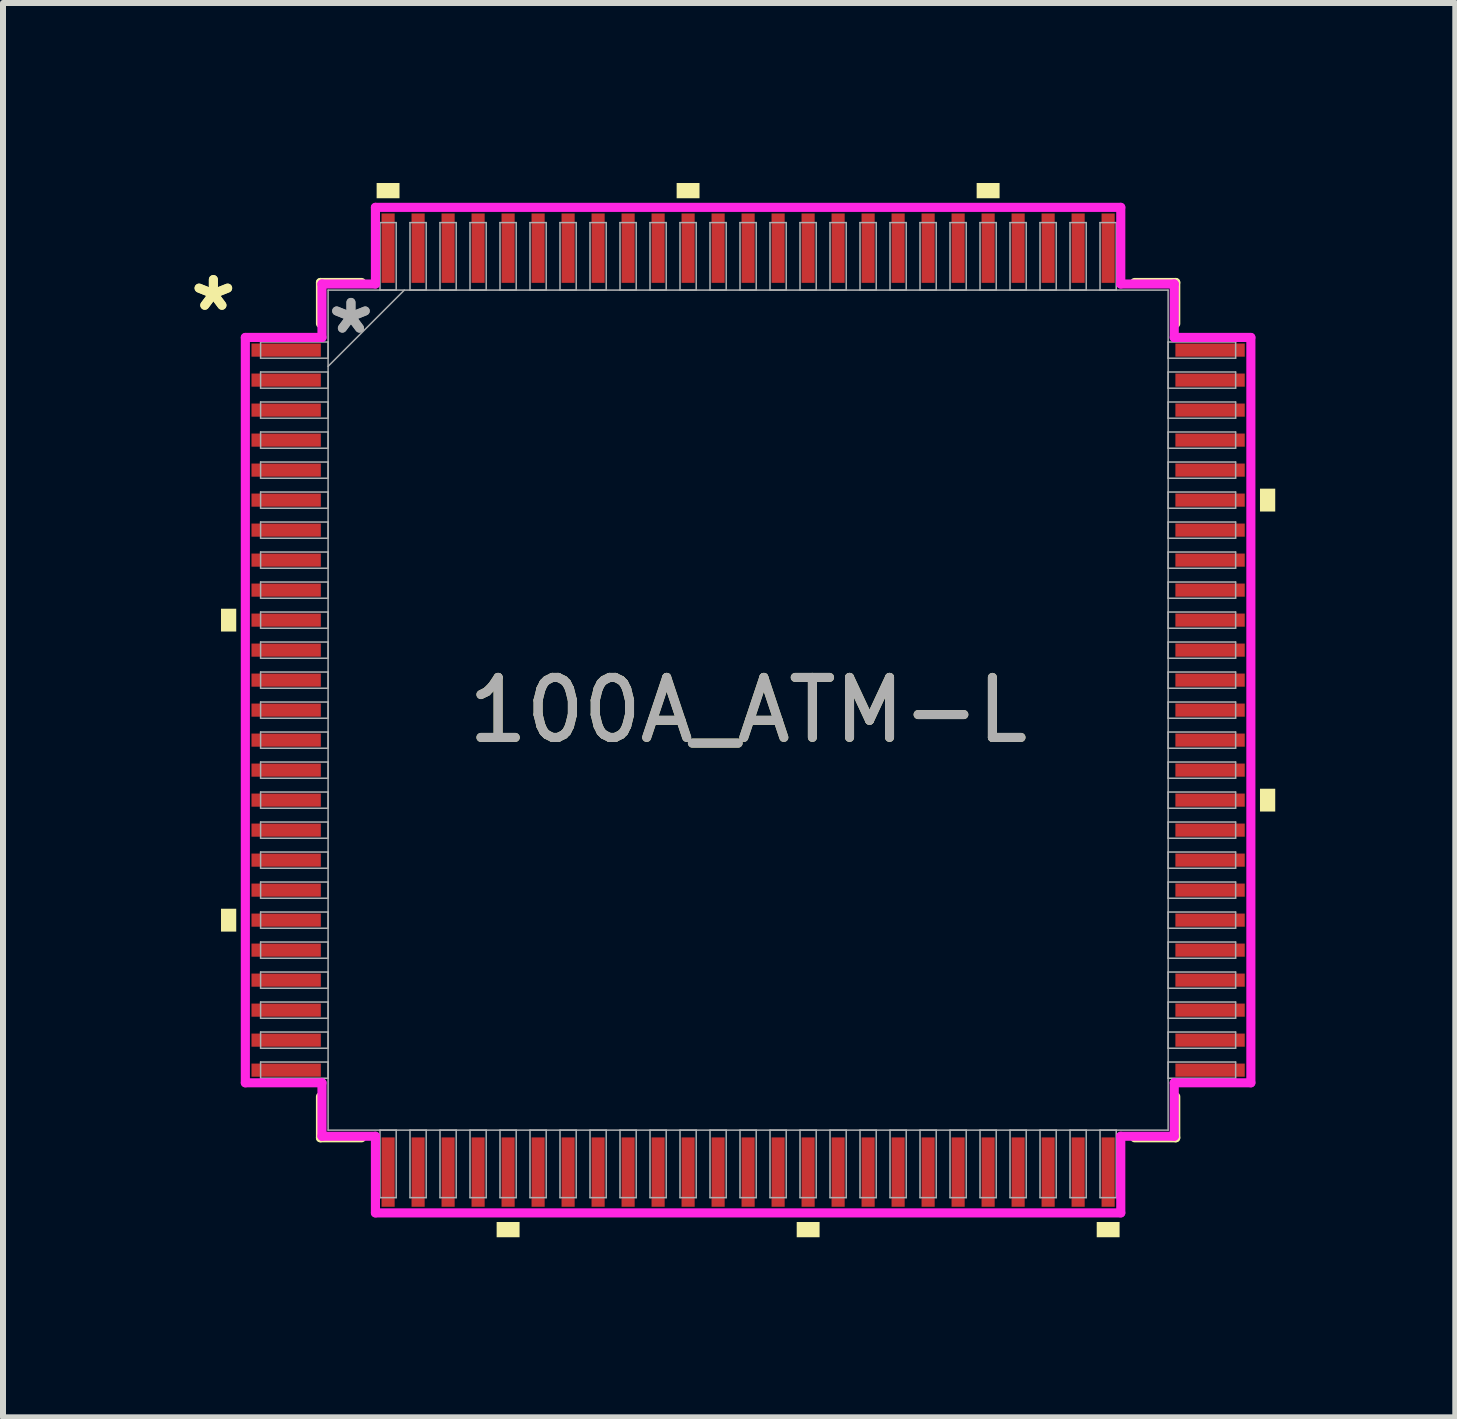
<source format=kicad_pcb>
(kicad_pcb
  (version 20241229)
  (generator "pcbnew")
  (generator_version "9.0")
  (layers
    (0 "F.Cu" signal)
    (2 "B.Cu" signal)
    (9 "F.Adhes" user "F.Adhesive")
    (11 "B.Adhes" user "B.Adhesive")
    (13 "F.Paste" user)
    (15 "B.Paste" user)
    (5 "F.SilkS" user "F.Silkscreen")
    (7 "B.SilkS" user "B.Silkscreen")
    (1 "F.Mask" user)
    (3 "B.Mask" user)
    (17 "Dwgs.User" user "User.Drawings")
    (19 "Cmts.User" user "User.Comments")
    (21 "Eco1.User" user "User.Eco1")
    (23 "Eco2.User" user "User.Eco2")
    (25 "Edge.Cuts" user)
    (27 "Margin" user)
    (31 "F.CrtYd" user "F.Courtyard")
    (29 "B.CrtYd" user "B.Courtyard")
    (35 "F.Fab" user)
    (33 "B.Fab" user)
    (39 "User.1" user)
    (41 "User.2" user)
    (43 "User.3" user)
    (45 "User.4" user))
  (footprint "100A_ATM-L"
    (layer "F.Cu")
    (at 9.418 8.785)
    (property "Reference" "100A_ATM-L" (at 0 0 0) (unlocked yes) (layer "F.SilkS") (effects (font (size 1 1) (thickness 0.15))))
    (attr smd)
    (fp_line (start -7.127 -7.127) (end -7.127 -6.442) (stroke (width 0.152) (type solid)) (layer "F.SilkS"))
    (fp_line (start -7.127 6.442) (end -7.127 7.127) (stroke (width 0.152) (type solid)) (layer "F.SilkS"))
    (fp_line (start -7.127 7.127) (end -6.442 7.127) (stroke (width 0.152) (type solid)) (layer "F.SilkS"))
    (fp_line (start -6.442 -7.127) (end -7.127 -7.127) (stroke (width 0.152) (type solid)) (layer "F.SilkS"))
    (fp_line (start 6.442 7.127) (end 7.127 7.127) (stroke (width 0.152) (type solid)) (layer "F.SilkS"))
    (fp_line (start 7.127 -7.127) (end 6.442 -7.127) (stroke (width 0.152) (type solid)) (layer "F.SilkS"))
    (fp_line (start 7.127 -6.442) (end 7.127 -7.127) (stroke (width 0.152) (type solid)) (layer "F.SilkS"))
    (fp_line (start 7.127 7.127) (end 7.127 6.442) (stroke (width 0.152) (type solid)) (layer "F.SilkS"))
    (fp_poly (pts (xy -8.785 -1.69) (xy -8.785 -1.31) (xy -8.531 -1.31) (xy -8.531 -1.69)) (stroke (width 0) (type solid)) (fill yes) (layer "F.SilkS"))
    (fp_poly (pts (xy -8.785 3.31) (xy -8.785 3.691) (xy -8.531 3.691) (xy -8.531 3.31)) (stroke (width 0) (type solid)) (fill yes) (layer "F.SilkS"))
    (fp_poly (pts (xy -6.191 -8.531) (xy -6.191 -8.785) (xy -5.81 -8.785) (xy -5.81 -8.531)) (stroke (width 0) (type solid)) (fill yes) (layer "F.SilkS"))
    (fp_poly (pts (xy -4.191 8.531) (xy -4.191 8.785) (xy -3.809 8.785) (xy -3.809 8.531)) (stroke (width 0) (type solid)) (fill yes) (layer "F.SilkS"))
    (fp_poly (pts (xy -1.191 -8.531) (xy -1.191 -8.785) (xy -0.81 -8.785) (xy -0.81 -8.531)) (stroke (width 0) (type solid)) (fill yes) (layer "F.SilkS"))
    (fp_poly (pts (xy 0.81 8.531) (xy 0.81 8.785) (xy 1.191 8.785) (xy 1.191 8.531)) (stroke (width 0) (type solid)) (fill yes) (layer "F.SilkS"))
    (fp_poly (pts (xy 3.809 -8.531) (xy 3.809 -8.785) (xy 4.191 -8.785) (xy 4.191 -8.531)) (stroke (width 0) (type solid)) (fill yes) (layer "F.SilkS"))
    (fp_poly (pts (xy 5.81 8.531) (xy 5.81 8.785) (xy 6.191 8.785) (xy 6.191 8.531)) (stroke (width 0) (type solid)) (fill yes) (layer "F.SilkS"))
    (fp_poly (pts (xy 8.785 -3.691) (xy 8.785 -3.31) (xy 8.531 -3.31) (xy 8.531 -3.691)) (stroke (width 0) (type solid)) (fill yes) (layer "F.SilkS"))
    (fp_poly (pts (xy 8.785 1.31) (xy 8.785 1.69) (xy 8.531 1.69) (xy 8.531 1.31)) (stroke (width 0) (type solid)) (fill yes) (layer "F.SilkS"))
    (fp_line (start -8.379 -6.211) (end -7.102 -6.211) (stroke (width 0.152) (type solid)) (layer "F.CrtYd"))
    (fp_line (start -8.379 6.211) (end -8.379 -6.211) (stroke (width 0.152) (type solid)) (layer "F.CrtYd"))
    (fp_line (start -7.102 -7.102) (end -6.211 -7.102) (stroke (width 0.152) (type solid)) (layer "F.CrtYd"))
    (fp_line (start -7.102 -6.211) (end -7.102 -7.102) (stroke (width 0.152) (type solid)) (layer "F.CrtYd"))
    (fp_line (start -7.102 6.211) (end -8.379 6.211) (stroke (width 0.152) (type solid)) (layer "F.CrtYd"))
    (fp_line (start -7.102 7.102) (end -7.102 6.211) (stroke (width 0.152) (type solid)) (layer "F.CrtYd"))
    (fp_line (start -7.102 7.102) (end -6.211 7.102) (stroke (width 0.152) (type solid)) (layer "F.CrtYd"))
    (fp_line (start -6.211 -8.379) (end 6.211 -8.379) (stroke (width 0.152) (type solid)) (layer "F.CrtYd"))
    (fp_line (start -6.211 -7.102) (end -6.211 -8.379) (stroke (width 0.152) (type solid)) (layer "F.CrtYd"))
    (fp_line (start -6.211 7.102) (end -6.211 8.379) (stroke (width 0.152) (type solid)) (layer "F.CrtYd"))
    (fp_line (start -6.211 8.379) (end 6.211 8.379) (stroke (width 0.152) (type solid)) (layer "F.CrtYd"))
    (fp_line (start 6.211 -8.379) (end 6.211 -7.102) (stroke (width 0.152) (type solid)) (layer "F.CrtYd"))
    (fp_line (start 6.211 -7.102) (end 7.102 -7.102) (stroke (width 0.152) (type solid)) (layer "F.CrtYd"))
    (fp_line (start 6.211 7.102) (end 7.102 7.102) (stroke (width 0.152) (type solid)) (layer "F.CrtYd"))
    (fp_line (start 6.211 8.379) (end 6.211 7.102) (stroke (width 0.152) (type solid)) (layer "F.CrtYd"))
    (fp_line (start 7.102 -6.211) (end 7.102 -7.102) (stroke (width 0.152) (type solid)) (layer "F.CrtYd"))
    (fp_line (start 7.102 6.211) (end 8.379 6.211) (stroke (width 0.152) (type solid)) (layer "F.CrtYd"))
    (fp_line (start 7.102 7.102) (end 7.102 6.211) (stroke (width 0.152) (type solid)) (layer "F.CrtYd"))
    (fp_line (start 8.379 -6.211) (end 7.102 -6.211) (stroke (width 0.152) (type solid)) (layer "F.CrtYd"))
    (fp_line (start 8.379 6.211) (end 8.379 -6.211) (stroke (width 0.152) (type solid)) (layer "F.CrtYd"))
    (fp_line (start -8.125 -6.135) (end -8.125 -5.865) (stroke (width 0.025) (type solid)) (layer "F.Fab"))
    (fp_line (start -8.125 -5.865) (end -7 -5.865) (stroke (width 0.025) (type solid)) (layer "F.Fab"))
    (fp_line (start -8.125 -5.635) (end -8.125 -5.365) (stroke (width 0.025) (type solid)) (layer "F.Fab"))
    (fp_line (start -8.125 -5.365) (end -7 -5.365) (stroke (width 0.025) (type solid)) (layer "F.Fab"))
    (fp_line (start -8.125 -5.135) (end -8.125 -4.865) (stroke (width 0.025) (type solid)) (layer "F.Fab"))
    (fp_line (start -8.125 -4.865) (end -7 -4.865) (stroke (width 0.025) (type solid)) (layer "F.Fab"))
    (fp_line (start -8.125 -4.635) (end -8.125 -4.365) (stroke (width 0.025) (type solid)) (layer "F.Fab"))
    (fp_line (start -8.125 -4.365) (end -7 -4.365) (stroke (width 0.025) (type solid)) (layer "F.Fab"))
    (fp_line (start -8.125 -4.135) (end -8.125 -3.865) (stroke (width 0.025) (type solid)) (layer "F.Fab"))
    (fp_line (start -8.125 -3.865) (end -7 -3.865) (stroke (width 0.025) (type solid)) (layer "F.Fab"))
    (fp_line (start -8.125 -3.635) (end -8.125 -3.365) (stroke (width 0.025) (type solid)) (layer "F.Fab"))
    (fp_line (start -8.125 -3.365) (end -7 -3.365) (stroke (width 0.025) (type solid)) (layer "F.Fab"))
    (fp_line (start -8.125 -3.135) (end -8.125 -2.865) (stroke (width 0.025) (type solid)) (layer "F.Fab"))
    (fp_line (start -8.125 -2.865) (end -7 -2.865) (stroke (width 0.025) (type solid)) (layer "F.Fab"))
    (fp_line (start -8.125 -2.635) (end -8.125 -2.365) (stroke (width 0.025) (type solid)) (layer "F.Fab"))
    (fp_line (start -8.125 -2.365) (end -7 -2.365) (stroke (width 0.025) (type solid)) (layer "F.Fab"))
    (fp_line (start -8.125 -2.135) (end -8.125 -1.865) (stroke (width 0.025) (type solid)) (layer "F.Fab"))
    (fp_line (start -8.125 -1.865) (end -7 -1.865) (stroke (width 0.025) (type solid)) (layer "F.Fab"))
    (fp_line (start -8.125 -1.635) (end -8.125 -1.365) (stroke (width 0.025) (type solid)) (layer "F.Fab"))
    (fp_line (start -8.125 -1.365) (end -7 -1.365) (stroke (width 0.025) (type solid)) (layer "F.Fab"))
    (fp_line (start -8.125 -1.135) (end -8.125 -0.865) (stroke (width 0.025) (type solid)) (layer "F.Fab"))
    (fp_line (start -8.125 -0.865) (end -7 -0.865) (stroke (width 0.025) (type solid)) (layer "F.Fab"))
    (fp_line (start -8.125 -0.635) (end -8.125 -0.365) (stroke (width 0.025) (type solid)) (layer "F.Fab"))
    (fp_line (start -8.125 -0.365) (end -7 -0.365) (stroke (width 0.025) (type solid)) (layer "F.Fab"))
    (fp_line (start -8.125 -0.135) (end -8.125 0.135) (stroke (width 0.025) (type solid)) (layer "F.Fab"))
    (fp_line (start -8.125 0.135) (end -7 0.135) (stroke (width 0.025) (type solid)) (layer "F.Fab"))
    (fp_line (start -8.125 0.365) (end -8.125 0.635) (stroke (width 0.025) (type solid)) (layer "F.Fab"))
    (fp_line (start -8.125 0.635) (end -7 0.635) (stroke (width 0.025) (type solid)) (layer "F.Fab"))
    (fp_line (start -8.125 0.865) (end -8.125 1.135) (stroke (width 0.025) (type solid)) (layer "F.Fab"))
    (fp_line (start -8.125 1.135) (end -7 1.135) (stroke (width 0.025) (type solid)) (layer "F.Fab"))
    (fp_line (start -8.125 1.365) (end -8.125 1.635) (stroke (width 0.025) (type solid)) (layer "F.Fab"))
    (fp_line (start -8.125 1.635) (end -7 1.635) (stroke (width 0.025) (type solid)) (layer "F.Fab"))
    (fp_line (start -8.125 1.865) (end -8.125 2.135) (stroke (width 0.025) (type solid)) (layer "F.Fab"))
    (fp_line (start -8.125 2.135) (end -7 2.135) (stroke (width 0.025) (type solid)) (layer "F.Fab"))
    (fp_line (start -8.125 2.365) (end -8.125 2.635) (stroke (width 0.025) (type solid)) (layer "F.Fab"))
    (fp_line (start -8.125 2.635) (end -7 2.635) (stroke (width 0.025) (type solid)) (layer "F.Fab"))
    (fp_line (start -8.125 2.865) (end -8.125 3.135) (stroke (width 0.025) (type solid)) (layer "F.Fab"))
    (fp_line (start -8.125 3.135) (end -7 3.135) (stroke (width 0.025) (type solid)) (layer "F.Fab"))
    (fp_line (start -8.125 3.365) (end -8.125 3.635) (stroke (width 0.025) (type solid)) (layer "F.Fab"))
    (fp_line (start -8.125 3.635) (end -7 3.635) (stroke (width 0.025) (type solid)) (layer "F.Fab"))
    (fp_line (start -8.125 3.865) (end -8.125 4.135) (stroke (width 0.025) (type solid)) (layer "F.Fab"))
    (fp_line (start -8.125 4.135) (end -7 4.135) (stroke (width 0.025) (type solid)) (layer "F.Fab"))
    (fp_line (start -8.125 4.365) (end -8.125 4.635) (stroke (width 0.025) (type solid)) (layer "F.Fab"))
    (fp_line (start -8.125 4.635) (end -7 4.635) (stroke (width 0.025) (type solid)) (layer "F.Fab"))
    (fp_line (start -8.125 4.865) (end -8.125 5.135) (stroke (width 0.025) (type solid)) (layer "F.Fab"))
    (fp_line (start -8.125 5.135) (end -7 5.135) (stroke (width 0.025) (type solid)) (layer "F.Fab"))
    (fp_line (start -8.125 5.365) (end -8.125 5.635) (stroke (width 0.025) (type solid)) (layer "F.Fab"))
    (fp_line (start -8.125 5.635) (end -7 5.635) (stroke (width 0.025) (type solid)) (layer "F.Fab"))
    (fp_line (start -8.125 5.865) (end -8.125 6.135) (stroke (width 0.025) (type solid)) (layer "F.Fab"))
    (fp_line (start -8.125 6.135) (end -7 6.135) (stroke (width 0.025) (type solid)) (layer "F.Fab"))
    (fp_line (start -7 -7) (end -7 7) (stroke (width 0.025) (type solid)) (layer "F.Fab"))
    (fp_line (start -7 -6.135) (end -8.125 -6.135) (stroke (width 0.025) (type solid)) (layer "F.Fab"))
    (fp_line (start -7 -5.865) (end -7 -6.135) (stroke (width 0.025) (type solid)) (layer "F.Fab"))
    (fp_line (start -7 -5.73) (end -5.73 -7) (stroke (width 0.025) (type solid)) (layer "F.Fab"))
    (fp_line (start -7 -5.635) (end -8.125 -5.635) (stroke (width 0.025) (type solid)) (layer "F.Fab"))
    (fp_line (start -7 -5.365) (end -7 -5.635) (stroke (width 0.025) (type solid)) (layer "F.Fab"))
    (fp_line (start -7 -5.135) (end -8.125 -5.135) (stroke (width 0.025) (type solid)) (layer "F.Fab"))
    (fp_line (start -7 -4.865) (end -7 -5.135) (stroke (width 0.025) (type solid)) (layer "F.Fab"))
    (fp_line (start -7 -4.635) (end -8.125 -4.635) (stroke (width 0.025) (type solid)) (layer "F.Fab"))
    (fp_line (start -7 -4.365) (end -7 -4.635) (stroke (width 0.025) (type solid)) (layer "F.Fab"))
    (fp_line (start -7 -4.135) (end -8.125 -4.135) (stroke (width 0.025) (type solid)) (layer "F.Fab"))
    (fp_line (start -7 -3.865) (end -7 -4.135) (stroke (width 0.025) (type solid)) (layer "F.Fab"))
    (fp_line (start -7 -3.635) (end -8.125 -3.635) (stroke (width 0.025) (type solid)) (layer "F.Fab"))
    (fp_line (start -7 -3.365) (end -7 -3.635) (stroke (width 0.025) (type solid)) (layer "F.Fab"))
    (fp_line (start -7 -3.135) (end -8.125 -3.135) (stroke (width 0.025) (type solid)) (layer "F.Fab"))
    (fp_line (start -7 -2.865) (end -7 -3.135) (stroke (width 0.025) (type solid)) (layer "F.Fab"))
    (fp_line (start -7 -2.635) (end -8.125 -2.635) (stroke (width 0.025) (type solid)) (layer "F.Fab"))
    (fp_line (start -7 -2.365) (end -7 -2.635) (stroke (width 0.025) (type solid)) (layer "F.Fab"))
    (fp_line (start -7 -2.135) (end -8.125 -2.135) (stroke (width 0.025) (type solid)) (layer "F.Fab"))
    (fp_line (start -7 -1.865) (end -7 -2.135) (stroke (width 0.025) (type solid)) (layer "F.Fab"))
    (fp_line (start -7 -1.635) (end -8.125 -1.635) (stroke (width 0.025) (type solid)) (layer "F.Fab"))
    (fp_line (start -7 -1.365) (end -7 -1.635) (stroke (width 0.025) (type solid)) (layer "F.Fab"))
    (fp_line (start -7 -1.135) (end -8.125 -1.135) (stroke (width 0.025) (type solid)) (layer "F.Fab"))
    (fp_line (start -7 -0.865) (end -7 -1.135) (stroke (width 0.025) (type solid)) (layer "F.Fab"))
    (fp_line (start -7 -0.635) (end -8.125 -0.635) (stroke (width 0.025) (type solid)) (layer "F.Fab"))
    (fp_line (start -7 -0.365) (end -7 -0.635) (stroke (width 0.025) (type solid)) (layer "F.Fab"))
    (fp_line (start -7 -0.135) (end -8.125 -0.135) (stroke (width 0.025) (type solid)) (layer "F.Fab"))
    (fp_line (start -7 0.135) (end -7 -0.135) (stroke (width 0.025) (type solid)) (layer "F.Fab"))
    (fp_line (start -7 0.365) (end -8.125 0.365) (stroke (width 0.025) (type solid)) (layer "F.Fab"))
    (fp_line (start -7 0.635) (end -7 0.365) (stroke (width 0.025) (type solid)) (layer "F.Fab"))
    (fp_line (start -7 0.865) (end -8.125 0.865) (stroke (width 0.025) (type solid)) (layer "F.Fab"))
    (fp_line (start -7 1.135) (end -7 0.865) (stroke (width 0.025) (type solid)) (layer "F.Fab"))
    (fp_line (start -7 1.365) (end -8.125 1.365) (stroke (width 0.025) (type solid)) (layer "F.Fab"))
    (fp_line (start -7 1.635) (end -7 1.365) (stroke (width 0.025) (type solid)) (layer "F.Fab"))
    (fp_line (start -7 1.865) (end -8.125 1.865) (stroke (width 0.025) (type solid)) (layer "F.Fab"))
    (fp_line (start -7 2.135) (end -7 1.865) (stroke (width 0.025) (type solid)) (layer "F.Fab"))
    (fp_line (start -7 2.365) (end -8.125 2.365) (stroke (width 0.025) (type solid)) (layer "F.Fab"))
    (fp_line (start -7 2.635) (end -7 2.365) (stroke (width 0.025) (type solid)) (layer "F.Fab"))
    (fp_line (start -7 2.865) (end -8.125 2.865) (stroke (width 0.025) (type solid)) (layer "F.Fab"))
    (fp_line (start -7 3.135) (end -7 2.865) (stroke (width 0.025) (type solid)) (layer "F.Fab"))
    (fp_line (start -7 3.365) (end -8.125 3.365) (stroke (width 0.025) (type solid)) (layer "F.Fab"))
    (fp_line (start -7 3.635) (end -7 3.365) (stroke (width 0.025) (type solid)) (layer "F.Fab"))
    (fp_line (start -7 3.865) (end -8.125 3.865) (stroke (width 0.025) (type solid)) (layer "F.Fab"))
    (fp_line (start -7 4.135) (end -7 3.865) (stroke (width 0.025) (type solid)) (layer "F.Fab"))
    (fp_line (start -7 4.365) (end -8.125 4.365) (stroke (width 0.025) (type solid)) (layer "F.Fab"))
    (fp_line (start -7 4.635) (end -7 4.365) (stroke (width 0.025) (type solid)) (layer "F.Fab"))
    (fp_line (start -7 4.865) (end -8.125 4.865) (stroke (width 0.025) (type solid)) (layer "F.Fab"))
    (fp_line (start -7 5.135) (end -7 4.865) (stroke (width 0.025) (type solid)) (layer "F.Fab"))
    (fp_line (start -7 5.365) (end -8.125 5.365) (stroke (width 0.025) (type solid)) (layer "F.Fab"))
    (fp_line (start -7 5.635) (end -7 5.365) (stroke (width 0.025) (type solid)) (layer "F.Fab"))
    (fp_line (start -7 5.865) (end -8.125 5.865) (stroke (width 0.025) (type solid)) (layer "F.Fab"))
    (fp_line (start -7 6.135) (end -7 5.865) (stroke (width 0.025) (type solid)) (layer "F.Fab"))
    (fp_line (start -7 7) (end 7 7) (stroke (width 0.025) (type solid)) (layer "F.Fab"))
    (fp_line (start -6.135 -8.125) (end -6.135 -7) (stroke (width 0.025) (type solid)) (layer "F.Fab"))
    (fp_line (start -6.135 -7) (end -5.865 -7) (stroke (width 0.025) (type solid)) (layer "F.Fab"))
    (fp_line (start -6.135 7) (end -6.135 8.125) (stroke (width 0.025) (type solid)) (layer "F.Fab"))
    (fp_line (start -6.135 8.125) (end -5.865 8.125) (stroke (width 0.025) (type solid)) (layer "F.Fab"))
    (fp_line (start -5.865 -8.125) (end -6.135 -8.125) (stroke (width 0.025) (type solid)) (layer "F.Fab"))
    (fp_line (start -5.865 -7) (end -5.865 -8.125) (stroke (width 0.025) (type solid)) (layer "F.Fab"))
    (fp_line (start -5.865 7) (end -6.135 7) (stroke (width 0.025) (type solid)) (layer "F.Fab"))
    (fp_line (start -5.865 8.125) (end -5.865 7) (stroke (width 0.025) (type solid)) (layer "F.Fab"))
    (fp_line (start -5.635 -8.125) (end -5.635 -7) (stroke (width 0.025) (type solid)) (layer "F.Fab"))
    (fp_line (start -5.635 -7) (end -5.365 -7) (stroke (width 0.025) (type solid)) (layer "F.Fab"))
    (fp_line (start -5.635 7) (end -5.635 8.125) (stroke (width 0.025) (type solid)) (layer "F.Fab"))
    (fp_line (start -5.635 8.125) (end -5.365 8.125) (stroke (width 0.025) (type solid)) (layer "F.Fab"))
    (fp_line (start -5.365 -8.125) (end -5.635 -8.125) (stroke (width 0.025) (type solid)) (layer "F.Fab"))
    (fp_line (start -5.365 -7) (end -5.365 -8.125) (stroke (width 0.025) (type solid)) (layer "F.Fab"))
    (fp_line (start -5.365 7) (end -5.635 7) (stroke (width 0.025) (type solid)) (layer "F.Fab"))
    (fp_line (start -5.365 8.125) (end -5.365 7) (stroke (width 0.025) (type solid)) (layer "F.Fab"))
    (fp_line (start -5.135 -8.125) (end -5.135 -7) (stroke (width 0.025) (type solid)) (layer "F.Fab"))
    (fp_line (start -5.135 -7) (end -4.865 -7) (stroke (width 0.025) (type solid)) (layer "F.Fab"))
    (fp_line (start -5.135 7) (end -5.135 8.125) (stroke (width 0.025) (type solid)) (layer "F.Fab"))
    (fp_line (start -5.135 8.125) (end -4.865 8.125) (stroke (width 0.025) (type solid)) (layer "F.Fab"))
    (fp_line (start -4.865 -8.125) (end -5.135 -8.125) (stroke (width 0.025) (type solid)) (layer "F.Fab"))
    (fp_line (start -4.865 -7) (end -4.865 -8.125) (stroke (width 0.025) (type solid)) (layer "F.Fab"))
    (fp_line (start -4.865 7) (end -5.135 7) (stroke (width 0.025) (type solid)) (layer "F.Fab"))
    (fp_line (start -4.865 8.125) (end -4.865 7) (stroke (width 0.025) (type solid)) (layer "F.Fab"))
    (fp_line (start -4.635 -8.125) (end -4.635 -7) (stroke (width 0.025) (type solid)) (layer "F.Fab"))
    (fp_line (start -4.635 -7) (end -4.365 -7) (stroke (width 0.025) (type solid)) (layer "F.Fab"))
    (fp_line (start -4.635 7) (end -4.635 8.125) (stroke (width 0.025) (type solid)) (layer "F.Fab"))
    (fp_line (start -4.635 8.125) (end -4.365 8.125) (stroke (width 0.025) (type solid)) (layer "F.Fab"))
    (fp_line (start -4.365 -8.125) (end -4.635 -8.125) (stroke (width 0.025) (type solid)) (layer "F.Fab"))
    (fp_line (start -4.365 -7) (end -4.365 -8.125) (stroke (width 0.025) (type solid)) (layer "F.Fab"))
    (fp_line (start -4.365 7) (end -4.635 7) (stroke (width 0.025) (type solid)) (layer "F.Fab"))
    (fp_line (start -4.365 8.125) (end -4.365 7) (stroke (width 0.025) (type solid)) (layer "F.Fab"))
    (fp_line (start -4.135 -8.125) (end -4.135 -7) (stroke (width 0.025) (type solid)) (layer "F.Fab"))
    (fp_line (start -4.135 -7) (end -3.865 -7) (stroke (width 0.025) (type solid)) (layer "F.Fab"))
    (fp_line (start -4.135 7) (end -4.135 8.125) (stroke (width 0.025) (type solid)) (layer "F.Fab"))
    (fp_line (start -4.135 8.125) (end -3.865 8.125) (stroke (width 0.025) (type solid)) (layer "F.Fab"))
    (fp_line (start -3.865 -8.125) (end -4.135 -8.125) (stroke (width 0.025) (type solid)) (layer "F.Fab"))
    (fp_line (start -3.865 -7) (end -3.865 -8.125) (stroke (width 0.025) (type solid)) (layer "F.Fab"))
    (fp_line (start -3.865 7) (end -4.135 7) (stroke (width 0.025) (type solid)) (layer "F.Fab"))
    (fp_line (start -3.865 8.125) (end -3.865 7) (stroke (width 0.025) (type solid)) (layer "F.Fab"))
    (fp_line (start -3.635 -8.125) (end -3.635 -7) (stroke (width 0.025) (type solid)) (layer "F.Fab"))
    (fp_line (start -3.635 -7) (end -3.365 -7) (stroke (width 0.025) (type solid)) (layer "F.Fab"))
    (fp_line (start -3.635 7) (end -3.635 8.125) (stroke (width 0.025) (type solid)) (layer "F.Fab"))
    (fp_line (start -3.635 8.125) (end -3.365 8.125) (stroke (width 0.025) (type solid)) (layer "F.Fab"))
    (fp_line (start -3.365 -8.125) (end -3.635 -8.125) (stroke (width 0.025) (type solid)) (layer "F.Fab"))
    (fp_line (start -3.365 -7) (end -3.365 -8.125) (stroke (width 0.025) (type solid)) (layer "F.Fab"))
    (fp_line (start -3.365 7) (end -3.635 7) (stroke (width 0.025) (type solid)) (layer "F.Fab"))
    (fp_line (start -3.365 8.125) (end -3.365 7) (stroke (width 0.025) (type solid)) (layer "F.Fab"))
    (fp_line (start -3.135 -8.125) (end -3.135 -7) (stroke (width 0.025) (type solid)) (layer "F.Fab"))
    (fp_line (start -3.135 -7) (end -2.865 -7) (stroke (width 0.025) (type solid)) (layer "F.Fab"))
    (fp_line (start -3.135 7) (end -3.135 8.125) (stroke (width 0.025) (type solid)) (layer "F.Fab"))
    (fp_line (start -3.135 8.125) (end -2.865 8.125) (stroke (width 0.025) (type solid)) (layer "F.Fab"))
    (fp_line (start -2.865 -8.125) (end -3.135 -8.125) (stroke (width 0.025) (type solid)) (layer "F.Fab"))
    (fp_line (start -2.865 -7) (end -2.865 -8.125) (stroke (width 0.025) (type solid)) (layer "F.Fab"))
    (fp_line (start -2.865 7) (end -3.135 7) (stroke (width 0.025) (type solid)) (layer "F.Fab"))
    (fp_line (start -2.865 8.125) (end -2.865 7) (stroke (width 0.025) (type solid)) (layer "F.Fab"))
    (fp_line (start -2.635 -8.125) (end -2.635 -7) (stroke (width 0.025) (type solid)) (layer "F.Fab"))
    (fp_line (start -2.635 -7) (end -2.365 -7) (stroke (width 0.025) (type solid)) (layer "F.Fab"))
    (fp_line (start -2.635 7) (end -2.635 8.125) (stroke (width 0.025) (type solid)) (layer "F.Fab"))
    (fp_line (start -2.635 8.125) (end -2.365 8.125) (stroke (width 0.025) (type solid)) (layer "F.Fab"))
    (fp_line (start -2.365 -8.125) (end -2.635 -8.125) (stroke (width 0.025) (type solid)) (layer "F.Fab"))
    (fp_line (start -2.365 -7) (end -2.365 -8.125) (stroke (width 0.025) (type solid)) (layer "F.Fab"))
    (fp_line (start -2.365 7) (end -2.635 7) (stroke (width 0.025) (type solid)) (layer "F.Fab"))
    (fp_line (start -2.365 8.125) (end -2.365 7) (stroke (width 0.025) (type solid)) (layer "F.Fab"))
    (fp_line (start -2.135 -8.125) (end -2.135 -7) (stroke (width 0.025) (type solid)) (layer "F.Fab"))
    (fp_line (start -2.135 -7) (end -1.865 -7) (stroke (width 0.025) (type solid)) (layer "F.Fab"))
    (fp_line (start -2.135 7) (end -2.135 8.125) (stroke (width 0.025) (type solid)) (layer "F.Fab"))
    (fp_line (start -2.135 8.125) (end -1.865 8.125) (stroke (width 0.025) (type solid)) (layer "F.Fab"))
    (fp_line (start -1.865 -8.125) (end -2.135 -8.125) (stroke (width 0.025) (type solid)) (layer "F.Fab"))
    (fp_line (start -1.865 -7) (end -1.865 -8.125) (stroke (width 0.025) (type solid)) (layer "F.Fab"))
    (fp_line (start -1.865 7) (end -2.135 7) (stroke (width 0.025) (type solid)) (layer "F.Fab"))
    (fp_line (start -1.865 8.125) (end -1.865 7) (stroke (width 0.025) (type solid)) (layer "F.Fab"))
    (fp_line (start -1.635 -8.125) (end -1.635 -7) (stroke (width 0.025) (type solid)) (layer "F.Fab"))
    (fp_line (start -1.635 -7) (end -1.365 -7) (stroke (width 0.025) (type solid)) (layer "F.Fab"))
    (fp_line (start -1.635 7) (end -1.635 8.125) (stroke (width 0.025) (type solid)) (layer "F.Fab"))
    (fp_line (start -1.635 8.125) (end -1.365 8.125) (stroke (width 0.025) (type solid)) (layer "F.Fab"))
    (fp_line (start -1.365 -8.125) (end -1.635 -8.125) (stroke (width 0.025) (type solid)) (layer "F.Fab"))
    (fp_line (start -1.365 -7) (end -1.365 -8.125) (stroke (width 0.025) (type solid)) (layer "F.Fab"))
    (fp_line (start -1.365 7) (end -1.635 7) (stroke (width 0.025) (type solid)) (layer "F.Fab"))
    (fp_line (start -1.365 8.125) (end -1.365 7) (stroke (width 0.025) (type solid)) (layer "F.Fab"))
    (fp_line (start -1.135 -8.125) (end -1.135 -7) (stroke (width 0.025) (type solid)) (layer "F.Fab"))
    (fp_line (start -1.135 -7) (end -0.865 -7) (stroke (width 0.025) (type solid)) (layer "F.Fab"))
    (fp_line (start -1.135 7) (end -1.135 8.125) (stroke (width 0.025) (type solid)) (layer "F.Fab"))
    (fp_line (start -1.135 8.125) (end -0.865 8.125) (stroke (width 0.025) (type solid)) (layer "F.Fab"))
    (fp_line (start -0.865 -8.125) (end -1.135 -8.125) (stroke (width 0.025) (type solid)) (layer "F.Fab"))
    (fp_line (start -0.865 -7) (end -0.865 -8.125) (stroke (width 0.025) (type solid)) (layer "F.Fab"))
    (fp_line (start -0.865 7) (end -1.135 7) (stroke (width 0.025) (type solid)) (layer "F.Fab"))
    (fp_line (start -0.865 8.125) (end -0.865 7) (stroke (width 0.025) (type solid)) (layer "F.Fab"))
    (fp_line (start -0.635 -8.125) (end -0.635 -7) (stroke (width 0.025) (type solid)) (layer "F.Fab"))
    (fp_line (start -0.635 -7) (end -0.365 -7) (stroke (width 0.025) (type solid)) (layer "F.Fab"))
    (fp_line (start -0.635 7) (end -0.635 8.125) (stroke (width 0.025) (type solid)) (layer "F.Fab"))
    (fp_line (start -0.635 8.125) (end -0.365 8.125) (stroke (width 0.025) (type solid)) (layer "F.Fab"))
    (fp_line (start -0.365 -8.125) (end -0.635 -8.125) (stroke (width 0.025) (type solid)) (layer "F.Fab"))
    (fp_line (start -0.365 -7) (end -0.365 -8.125) (stroke (width 0.025) (type solid)) (layer "F.Fab"))
    (fp_line (start -0.365 7) (end -0.635 7) (stroke (width 0.025) (type solid)) (layer "F.Fab"))
    (fp_line (start -0.365 8.125) (end -0.365 7) (stroke (width 0.025) (type solid)) (layer "F.Fab"))
    (fp_line (start -0.135 -8.125) (end -0.135 -7) (stroke (width 0.025) (type solid)) (layer "F.Fab"))
    (fp_line (start -0.135 -7) (end 0.135 -7) (stroke (width 0.025) (type solid)) (layer "F.Fab"))
    (fp_line (start -0.135 7) (end -0.135 8.125) (stroke (width 0.025) (type solid)) (layer "F.Fab"))
    (fp_line (start -0.135 8.125) (end 0.135 8.125) (stroke (width 0.025) (type solid)) (layer "F.Fab"))
    (fp_line (start 0.135 -8.125) (end -0.135 -8.125) (stroke (width 0.025) (type solid)) (layer "F.Fab"))
    (fp_line (start 0.135 -7) (end 0.135 -8.125) (stroke (width 0.025) (type solid)) (layer "F.Fab"))
    (fp_line (start 0.135 7) (end -0.135 7) (stroke (width 0.025) (type solid)) (layer "F.Fab"))
    (fp_line (start 0.135 8.125) (end 0.135 7) (stroke (width 0.025) (type solid)) (layer "F.Fab"))
    (fp_line (start 0.365 -8.125) (end 0.365 -7) (stroke (width 0.025) (type solid)) (layer "F.Fab"))
    (fp_line (start 0.365 -7) (end 0.635 -7) (stroke (width 0.025) (type solid)) (layer "F.Fab"))
    (fp_line (start 0.365 7) (end 0.365 8.125) (stroke (width 0.025) (type solid)) (layer "F.Fab"))
    (fp_line (start 0.365 8.125) (end 0.635 8.125) (stroke (width 0.025) (type solid)) (layer "F.Fab"))
    (fp_line (start 0.635 -8.125) (end 0.365 -8.125) (stroke (width 0.025) (type solid)) (layer "F.Fab"))
    (fp_line (start 0.635 -7) (end 0.635 -8.125) (stroke (width 0.025) (type solid)) (layer "F.Fab"))
    (fp_line (start 0.635 7) (end 0.365 7) (stroke (width 0.025) (type solid)) (layer "F.Fab"))
    (fp_line (start 0.635 8.125) (end 0.635 7) (stroke (width 0.025) (type solid)) (layer "F.Fab"))
    (fp_line (start 0.865 -8.125) (end 0.865 -7) (stroke (width 0.025) (type solid)) (layer "F.Fab"))
    (fp_line (start 0.865 -7) (end 1.135 -7) (stroke (width 0.025) (type solid)) (layer "F.Fab"))
    (fp_line (start 0.865 7) (end 0.865 8.125) (stroke (width 0.025) (type solid)) (layer "F.Fab"))
    (fp_line (start 0.865 8.125) (end 1.135 8.125) (stroke (width 0.025) (type solid)) (layer "F.Fab"))
    (fp_line (start 1.135 -8.125) (end 0.865 -8.125) (stroke (width 0.025) (type solid)) (layer "F.Fab"))
    (fp_line (start 1.135 -7) (end 1.135 -8.125) (stroke (width 0.025) (type solid)) (layer "F.Fab"))
    (fp_line (start 1.135 7) (end 0.865 7) (stroke (width 0.025) (type solid)) (layer "F.Fab"))
    (fp_line (start 1.135 8.125) (end 1.135 7) (stroke (width 0.025) (type solid)) (layer "F.Fab"))
    (fp_line (start 1.365 -8.125) (end 1.365 -7) (stroke (width 0.025) (type solid)) (layer "F.Fab"))
    (fp_line (start 1.365 -7) (end 1.635 -7) (stroke (width 0.025) (type solid)) (layer "F.Fab"))
    (fp_line (start 1.365 7) (end 1.365 8.125) (stroke (width 0.025) (type solid)) (layer "F.Fab"))
    (fp_line (start 1.365 8.125) (end 1.635 8.125) (stroke (width 0.025) (type solid)) (layer "F.Fab"))
    (fp_line (start 1.635 -8.125) (end 1.365 -8.125) (stroke (width 0.025) (type solid)) (layer "F.Fab"))
    (fp_line (start 1.635 -7) (end 1.635 -8.125) (stroke (width 0.025) (type solid)) (layer "F.Fab"))
    (fp_line (start 1.635 7) (end 1.365 7) (stroke (width 0.025) (type solid)) (layer "F.Fab"))
    (fp_line (start 1.635 8.125) (end 1.635 7) (stroke (width 0.025) (type solid)) (layer "F.Fab"))
    (fp_line (start 1.865 -8.125) (end 1.865 -7) (stroke (width 0.025) (type solid)) (layer "F.Fab"))
    (fp_line (start 1.865 -7) (end 2.135 -7) (stroke (width 0.025) (type solid)) (layer "F.Fab"))
    (fp_line (start 1.865 7) (end 1.865 8.125) (stroke (width 0.025) (type solid)) (layer "F.Fab"))
    (fp_line (start 1.865 8.125) (end 2.135 8.125) (stroke (width 0.025) (type solid)) (layer "F.Fab"))
    (fp_line (start 2.135 -8.125) (end 1.865 -8.125) (stroke (width 0.025) (type solid)) (layer "F.Fab"))
    (fp_line (start 2.135 -7) (end 2.135 -8.125) (stroke (width 0.025) (type solid)) (layer "F.Fab"))
    (fp_line (start 2.135 7) (end 1.865 7) (stroke (width 0.025) (type solid)) (layer "F.Fab"))
    (fp_line (start 2.135 8.125) (end 2.135 7) (stroke (width 0.025) (type solid)) (layer "F.Fab"))
    (fp_line (start 2.365 -8.125) (end 2.365 -7) (stroke (width 0.025) (type solid)) (layer "F.Fab"))
    (fp_line (start 2.365 -7) (end 2.635 -7) (stroke (width 0.025) (type solid)) (layer "F.Fab"))
    (fp_line (start 2.365 7) (end 2.365 8.125) (stroke (width 0.025) (type solid)) (layer "F.Fab"))
    (fp_line (start 2.365 8.125) (end 2.635 8.125) (stroke (width 0.025) (type solid)) (layer "F.Fab"))
    (fp_line (start 2.635 -8.125) (end 2.365 -8.125) (stroke (width 0.025) (type solid)) (layer "F.Fab"))
    (fp_line (start 2.635 -7) (end 2.635 -8.125) (stroke (width 0.025) (type solid)) (layer "F.Fab"))
    (fp_line (start 2.635 7) (end 2.365 7) (stroke (width 0.025) (type solid)) (layer "F.Fab"))
    (fp_line (start 2.635 8.125) (end 2.635 7) (stroke (width 0.025) (type solid)) (layer "F.Fab"))
    (fp_line (start 2.865 -8.125) (end 2.865 -7) (stroke (width 0.025) (type solid)) (layer "F.Fab"))
    (fp_line (start 2.865 -7) (end 3.135 -7) (stroke (width 0.025) (type solid)) (layer "F.Fab"))
    (fp_line (start 2.865 7) (end 2.865 8.125) (stroke (width 0.025) (type solid)) (layer "F.Fab"))
    (fp_line (start 2.865 8.125) (end 3.135 8.125) (stroke (width 0.025) (type solid)) (layer "F.Fab"))
    (fp_line (start 3.135 -8.125) (end 2.865 -8.125) (stroke (width 0.025) (type solid)) (layer "F.Fab"))
    (fp_line (start 3.135 -7) (end 3.135 -8.125) (stroke (width 0.025) (type solid)) (layer "F.Fab"))
    (fp_line (start 3.135 7) (end 2.865 7) (stroke (width 0.025) (type solid)) (layer "F.Fab"))
    (fp_line (start 3.135 8.125) (end 3.135 7) (stroke (width 0.025) (type solid)) (layer "F.Fab"))
    (fp_line (start 3.365 -8.125) (end 3.365 -7) (stroke (width 0.025) (type solid)) (layer "F.Fab"))
    (fp_line (start 3.365 -7) (end 3.635 -7) (stroke (width 0.025) (type solid)) (layer "F.Fab"))
    (fp_line (start 3.365 7) (end 3.365 8.125) (stroke (width 0.025) (type solid)) (layer "F.Fab"))
    (fp_line (start 3.365 8.125) (end 3.635 8.125) (stroke (width 0.025) (type solid)) (layer "F.Fab"))
    (fp_line (start 3.635 -8.125) (end 3.365 -8.125) (stroke (width 0.025) (type solid)) (layer "F.Fab"))
    (fp_line (start 3.635 -7) (end 3.635 -8.125) (stroke (width 0.025) (type solid)) (layer "F.Fab"))
    (fp_line (start 3.635 7) (end 3.365 7) (stroke (width 0.025) (type solid)) (layer "F.Fab"))
    (fp_line (start 3.635 8.125) (end 3.635 7) (stroke (width 0.025) (type solid)) (layer "F.Fab"))
    (fp_line (start 3.865 -8.125) (end 3.865 -7) (stroke (width 0.025) (type solid)) (layer "F.Fab"))
    (fp_line (start 3.865 -7) (end 4.135 -7) (stroke (width 0.025) (type solid)) (layer "F.Fab"))
    (fp_line (start 3.865 7) (end 3.865 8.125) (stroke (width 0.025) (type solid)) (layer "F.Fab"))
    (fp_line (start 3.865 8.125) (end 4.135 8.125) (stroke (width 0.025) (type solid)) (layer "F.Fab"))
    (fp_line (start 4.135 -8.125) (end 3.865 -8.125) (stroke (width 0.025) (type solid)) (layer "F.Fab"))
    (fp_line (start 4.135 -7) (end 4.135 -8.125) (stroke (width 0.025) (type solid)) (layer "F.Fab"))
    (fp_line (start 4.135 7) (end 3.865 7) (stroke (width 0.025) (type solid)) (layer "F.Fab"))
    (fp_line (start 4.135 8.125) (end 4.135 7) (stroke (width 0.025) (type solid)) (layer "F.Fab"))
    (fp_line (start 4.365 -8.125) (end 4.365 -7) (stroke (width 0.025) (type solid)) (layer "F.Fab"))
    (fp_line (start 4.365 -7) (end 4.635 -7) (stroke (width 0.025) (type solid)) (layer "F.Fab"))
    (fp_line (start 4.365 7) (end 4.365 8.125) (stroke (width 0.025) (type solid)) (layer "F.Fab"))
    (fp_line (start 4.365 8.125) (end 4.635 8.125) (stroke (width 0.025) (type solid)) (layer "F.Fab"))
    (fp_line (start 4.635 -8.125) (end 4.365 -8.125) (stroke (width 0.025) (type solid)) (layer "F.Fab"))
    (fp_line (start 4.635 -7) (end 4.635 -8.125) (stroke (width 0.025) (type solid)) (layer "F.Fab"))
    (fp_line (start 4.635 7) (end 4.365 7) (stroke (width 0.025) (type solid)) (layer "F.Fab"))
    (fp_line (start 4.635 8.125) (end 4.635 7) (stroke (width 0.025) (type solid)) (layer "F.Fab"))
    (fp_line (start 4.865 -8.125) (end 4.865 -7) (stroke (width 0.025) (type solid)) (layer "F.Fab"))
    (fp_line (start 4.865 -7) (end 5.135 -7) (stroke (width 0.025) (type solid)) (layer "F.Fab"))
    (fp_line (start 4.865 7) (end 4.865 8.125) (stroke (width 0.025) (type solid)) (layer "F.Fab"))
    (fp_line (start 4.865 8.125) (end 5.135 8.125) (stroke (width 0.025) (type solid)) (layer "F.Fab"))
    (fp_line (start 5.135 -8.125) (end 4.865 -8.125) (stroke (width 0.025) (type solid)) (layer "F.Fab"))
    (fp_line (start 5.135 -7) (end 5.135 -8.125) (stroke (width 0.025) (type solid)) (layer "F.Fab"))
    (fp_line (start 5.135 7) (end 4.865 7) (stroke (width 0.025) (type solid)) (layer "F.Fab"))
    (fp_line (start 5.135 8.125) (end 5.135 7) (stroke (width 0.025) (type solid)) (layer "F.Fab"))
    (fp_line (start 5.365 -8.125) (end 5.365 -7) (stroke (width 0.025) (type solid)) (layer "F.Fab"))
    (fp_line (start 5.365 -7) (end 5.635 -7) (stroke (width 0.025) (type solid)) (layer "F.Fab"))
    (fp_line (start 5.365 7) (end 5.365 8.125) (stroke (width 0.025) (type solid)) (layer "F.Fab"))
    (fp_line (start 5.365 8.125) (end 5.635 8.125) (stroke (width 0.025) (type solid)) (layer "F.Fab"))
    (fp_line (start 5.635 -8.125) (end 5.365 -8.125) (stroke (width 0.025) (type solid)) (layer "F.Fab"))
    (fp_line (start 5.635 -7) (end 5.635 -8.125) (stroke (width 0.025) (type solid)) (layer "F.Fab"))
    (fp_line (start 5.635 7) (end 5.365 7) (stroke (width 0.025) (type solid)) (layer "F.Fab"))
    (fp_line (start 5.635 8.125) (end 5.635 7) (stroke (width 0.025) (type solid)) (layer "F.Fab"))
    (fp_line (start 5.865 -8.125) (end 5.865 -7) (stroke (width 0.025) (type solid)) (layer "F.Fab"))
    (fp_line (start 5.865 -7) (end 6.135 -7) (stroke (width 0.025) (type solid)) (layer "F.Fab"))
    (fp_line (start 5.865 7) (end 5.865 8.125) (stroke (width 0.025) (type solid)) (layer "F.Fab"))
    (fp_line (start 5.865 8.125) (end 6.135 8.125) (stroke (width 0.025) (type solid)) (layer "F.Fab"))
    (fp_line (start 6.135 -8.125) (end 5.865 -8.125) (stroke (width 0.025) (type solid)) (layer "F.Fab"))
    (fp_line (start 6.135 -7) (end 6.135 -8.125) (stroke (width 0.025) (type solid)) (layer "F.Fab"))
    (fp_line (start 6.135 7) (end 5.865 7) (stroke (width 0.025) (type solid)) (layer "F.Fab"))
    (fp_line (start 6.135 8.125) (end 6.135 7) (stroke (width 0.025) (type solid)) (layer "F.Fab"))
    (fp_line (start 7 -7) (end -7 -7) (stroke (width 0.025) (type solid)) (layer "F.Fab"))
    (fp_line (start 7 -6.135) (end 7 -5.865) (stroke (width 0.025) (type solid)) (layer "F.Fab"))
    (fp_line (start 7 -5.865) (end 8.125 -5.865) (stroke (width 0.025) (type solid)) (layer "F.Fab"))
    (fp_line (start 7 -5.635) (end 7 -5.365) (stroke (width 0.025) (type solid)) (layer "F.Fab"))
    (fp_line (start 7 -5.365) (end 8.125 -5.365) (stroke (width 0.025) (type solid)) (layer "F.Fab"))
    (fp_line (start 7 -5.135) (end 7 -4.865) (stroke (width 0.025) (type solid)) (layer "F.Fab"))
    (fp_line (start 7 -4.865) (end 8.125 -4.865) (stroke (width 0.025) (type solid)) (layer "F.Fab"))
    (fp_line (start 7 -4.635) (end 7 -4.365) (stroke (width 0.025) (type solid)) (layer "F.Fab"))
    (fp_line (start 7 -4.365) (end 8.125 -4.365) (stroke (width 0.025) (type solid)) (layer "F.Fab"))
    (fp_line (start 7 -4.135) (end 7 -3.865) (stroke (width 0.025) (type solid)) (layer "F.Fab"))
    (fp_line (start 7 -3.865) (end 8.125 -3.865) (stroke (width 0.025) (type solid)) (layer "F.Fab"))
    (fp_line (start 7 -3.635) (end 7 -3.365) (stroke (width 0.025) (type solid)) (layer "F.Fab"))
    (fp_line (start 7 -3.365) (end 8.125 -3.365) (stroke (width 0.025) (type solid)) (layer "F.Fab"))
    (fp_line (start 7 -3.135) (end 7 -2.865) (stroke (width 0.025) (type solid)) (layer "F.Fab"))
    (fp_line (start 7 -2.865) (end 8.125 -2.865) (stroke (width 0.025) (type solid)) (layer "F.Fab"))
    (fp_line (start 7 -2.635) (end 7 -2.365) (stroke (width 0.025) (type solid)) (layer "F.Fab"))
    (fp_line (start 7 -2.365) (end 8.125 -2.365) (stroke (width 0.025) (type solid)) (layer "F.Fab"))
    (fp_line (start 7 -2.135) (end 7 -1.865) (stroke (width 0.025) (type solid)) (layer "F.Fab"))
    (fp_line (start 7 -1.865) (end 8.125 -1.865) (stroke (width 0.025) (type solid)) (layer "F.Fab"))
    (fp_line (start 7 -1.635) (end 7 -1.365) (stroke (width 0.025) (type solid)) (layer "F.Fab"))
    (fp_line (start 7 -1.365) (end 8.125 -1.365) (stroke (width 0.025) (type solid)) (layer "F.Fab"))
    (fp_line (start 7 -1.135) (end 7 -0.865) (stroke (width 0.025) (type solid)) (layer "F.Fab"))
    (fp_line (start 7 -0.865) (end 8.125 -0.865) (stroke (width 0.025) (type solid)) (layer "F.Fab"))
    (fp_line (start 7 -0.635) (end 7 -0.365) (stroke (width 0.025) (type solid)) (layer "F.Fab"))
    (fp_line (start 7 -0.365) (end 8.125 -0.365) (stroke (width 0.025) (type solid)) (layer "F.Fab"))
    (fp_line (start 7 -0.135) (end 7 0.135) (stroke (width 0.025) (type solid)) (layer "F.Fab"))
    (fp_line (start 7 0.135) (end 8.125 0.135) (stroke (width 0.025) (type solid)) (layer "F.Fab"))
    (fp_line (start 7 0.365) (end 7 0.635) (stroke (width 0.025) (type solid)) (layer "F.Fab"))
    (fp_line (start 7 0.635) (end 8.125 0.635) (stroke (width 0.025) (type solid)) (layer "F.Fab"))
    (fp_line (start 7 0.865) (end 7 1.135) (stroke (width 0.025) (type solid)) (layer "F.Fab"))
    (fp_line (start 7 1.135) (end 8.125 1.135) (stroke (width 0.025) (type solid)) (layer "F.Fab"))
    (fp_line (start 7 1.365) (end 7 1.635) (stroke (width 0.025) (type solid)) (layer "F.Fab"))
    (fp_line (start 7 1.635) (end 8.125 1.635) (stroke (width 0.025) (type solid)) (layer "F.Fab"))
    (fp_line (start 7 1.865) (end 7 2.135) (stroke (width 0.025) (type solid)) (layer "F.Fab"))
    (fp_line (start 7 2.135) (end 8.125 2.135) (stroke (width 0.025) (type solid)) (layer "F.Fab"))
    (fp_line (start 7 2.365) (end 7 2.635) (stroke (width 0.025) (type solid)) (layer "F.Fab"))
    (fp_line (start 7 2.635) (end 8.125 2.635) (stroke (width 0.025) (type solid)) (layer "F.Fab"))
    (fp_line (start 7 2.865) (end 7 3.135) (stroke (width 0.025) (type solid)) (layer "F.Fab"))
    (fp_line (start 7 3.135) (end 8.125 3.135) (stroke (width 0.025) (type solid)) (layer "F.Fab"))
    (fp_line (start 7 3.365) (end 7 3.635) (stroke (width 0.025) (type solid)) (layer "F.Fab"))
    (fp_line (start 7 3.635) (end 8.125 3.635) (stroke (width 0.025) (type solid)) (layer "F.Fab"))
    (fp_line (start 7 3.865) (end 7 4.135) (stroke (width 0.025) (type solid)) (layer "F.Fab"))
    (fp_line (start 7 4.135) (end 8.125 4.135) (stroke (width 0.025) (type solid)) (layer "F.Fab"))
    (fp_line (start 7 4.365) (end 7 4.635) (stroke (width 0.025) (type solid)) (layer "F.Fab"))
    (fp_line (start 7 4.635) (end 8.125 4.635) (stroke (width 0.025) (type solid)) (layer "F.Fab"))
    (fp_line (start 7 4.865) (end 7 5.135) (stroke (width 0.025) (type solid)) (layer "F.Fab"))
    (fp_line (start 7 5.135) (end 8.125 5.135) (stroke (width 0.025) (type solid)) (layer "F.Fab"))
    (fp_line (start 7 5.365) (end 7 5.635) (stroke (width 0.025) (type solid)) (layer "F.Fab"))
    (fp_line (start 7 5.635) (end 8.125 5.635) (stroke (width 0.025) (type solid)) (layer "F.Fab"))
    (fp_line (start 7 5.865) (end 7 6.135) (stroke (width 0.025) (type solid)) (layer "F.Fab"))
    (fp_line (start 7 6.135) (end 8.125 6.135) (stroke (width 0.025) (type solid)) (layer "F.Fab"))
    (fp_line (start 7 7) (end 7 -7) (stroke (width 0.025) (type solid)) (layer "F.Fab"))
    (fp_line (start 8.125 -6.135) (end 7 -6.135) (stroke (width 0.025) (type solid)) (layer "F.Fab"))
    (fp_line (start 8.125 -5.865) (end 8.125 -6.135) (stroke (width 0.025) (type solid)) (layer "F.Fab"))
    (fp_line (start 8.125 -5.635) (end 7 -5.635) (stroke (width 0.025) (type solid)) (layer "F.Fab"))
    (fp_line (start 8.125 -5.365) (end 8.125 -5.635) (stroke (width 0.025) (type solid)) (layer "F.Fab"))
    (fp_line (start 8.125 -5.135) (end 7 -5.135) (stroke (width 0.025) (type solid)) (layer "F.Fab"))
    (fp_line (start 8.125 -4.865) (end 8.125 -5.135) (stroke (width 0.025) (type solid)) (layer "F.Fab"))
    (fp_line (start 8.125 -4.635) (end 7 -4.635) (stroke (width 0.025) (type solid)) (layer "F.Fab"))
    (fp_line (start 8.125 -4.365) (end 8.125 -4.635) (stroke (width 0.025) (type solid)) (layer "F.Fab"))
    (fp_line (start 8.125 -4.135) (end 7 -4.135) (stroke (width 0.025) (type solid)) (layer "F.Fab"))
    (fp_line (start 8.125 -3.865) (end 8.125 -4.135) (stroke (width 0.025) (type solid)) (layer "F.Fab"))
    (fp_line (start 8.125 -3.635) (end 7 -3.635) (stroke (width 0.025) (type solid)) (layer "F.Fab"))
    (fp_line (start 8.125 -3.365) (end 8.125 -3.635) (stroke (width 0.025) (type solid)) (layer "F.Fab"))
    (fp_line (start 8.125 -3.135) (end 7 -3.135) (stroke (width 0.025) (type solid)) (layer "F.Fab"))
    (fp_line (start 8.125 -2.865) (end 8.125 -3.135) (stroke (width 0.025) (type solid)) (layer "F.Fab"))
    (fp_line (start 8.125 -2.635) (end 7 -2.635) (stroke (width 0.025) (type solid)) (layer "F.Fab"))
    (fp_line (start 8.125 -2.365) (end 8.125 -2.635) (stroke (width 0.025) (type solid)) (layer "F.Fab"))
    (fp_line (start 8.125 -2.135) (end 7 -2.135) (stroke (width 0.025) (type solid)) (layer "F.Fab"))
    (fp_line (start 8.125 -1.865) (end 8.125 -2.135) (stroke (width 0.025) (type solid)) (layer "F.Fab"))
    (fp_line (start 8.125 -1.635) (end 7 -1.635) (stroke (width 0.025) (type solid)) (layer "F.Fab"))
    (fp_line (start 8.125 -1.365) (end 8.125 -1.635) (stroke (width 0.025) (type solid)) (layer "F.Fab"))
    (fp_line (start 8.125 -1.135) (end 7 -1.135) (stroke (width 0.025) (type solid)) (layer "F.Fab"))
    (fp_line (start 8.125 -0.865) (end 8.125 -1.135) (stroke (width 0.025) (type solid)) (layer "F.Fab"))
    (fp_line (start 8.125 -0.635) (end 7 -0.635) (stroke (width 0.025) (type solid)) (layer "F.Fab"))
    (fp_line (start 8.125 -0.365) (end 8.125 -0.635) (stroke (width 0.025) (type solid)) (layer "F.Fab"))
    (fp_line (start 8.125 -0.135) (end 7 -0.135) (stroke (width 0.025) (type solid)) (layer "F.Fab"))
    (fp_line (start 8.125 0.135) (end 8.125 -0.135) (stroke (width 0.025) (type solid)) (layer "F.Fab"))
    (fp_line (start 8.125 0.365) (end 7 0.365) (stroke (width 0.025) (type solid)) (layer "F.Fab"))
    (fp_line (start 8.125 0.635) (end 8.125 0.365) (stroke (width 0.025) (type solid)) (layer "F.Fab"))
    (fp_line (start 8.125 0.865) (end 7 0.865) (stroke (width 0.025) (type solid)) (layer "F.Fab"))
    (fp_line (start 8.125 1.135) (end 8.125 0.865) (stroke (width 0.025) (type solid)) (layer "F.Fab"))
    (fp_line (start 8.125 1.365) (end 7 1.365) (stroke (width 0.025) (type solid)) (layer "F.Fab"))
    (fp_line (start 8.125 1.635) (end 8.125 1.365) (stroke (width 0.025) (type solid)) (layer "F.Fab"))
    (fp_line (start 8.125 1.865) (end 7 1.865) (stroke (width 0.025) (type solid)) (layer "F.Fab"))
    (fp_line (start 8.125 2.135) (end 8.125 1.865) (stroke (width 0.025) (type solid)) (layer "F.Fab"))
    (fp_line (start 8.125 2.365) (end 7 2.365) (stroke (width 0.025) (type solid)) (layer "F.Fab"))
    (fp_line (start 8.125 2.635) (end 8.125 2.365) (stroke (width 0.025) (type solid)) (layer "F.Fab"))
    (fp_line (start 8.125 2.865) (end 7 2.865) (stroke (width 0.025) (type solid)) (layer "F.Fab"))
    (fp_line (start 8.125 3.135) (end 8.125 2.865) (stroke (width 0.025) (type solid)) (layer "F.Fab"))
    (fp_line (start 8.125 3.365) (end 7 3.365) (stroke (width 0.025) (type solid)) (layer "F.Fab"))
    (fp_line (start 8.125 3.635) (end 8.125 3.365) (stroke (width 0.025) (type solid)) (layer "F.Fab"))
    (fp_line (start 8.125 3.865) (end 7 3.865) (stroke (width 0.025) (type solid)) (layer "F.Fab"))
    (fp_line (start 8.125 4.135) (end 8.125 3.865) (stroke (width 0.025) (type solid)) (layer "F.Fab"))
    (fp_line (start 8.125 4.365) (end 7 4.365) (stroke (width 0.025) (type solid)) (layer "F.Fab"))
    (fp_line (start 8.125 4.635) (end 8.125 4.365) (stroke (width 0.025) (type solid)) (layer "F.Fab"))
    (fp_line (start 8.125 4.865) (end 7 4.865) (stroke (width 0.025) (type solid)) (layer "F.Fab"))
    (fp_line (start 8.125 5.135) (end 8.125 4.865) (stroke (width 0.025) (type solid)) (layer "F.Fab"))
    (fp_line (start 8.125 5.365) (end 7 5.365) (stroke (width 0.025) (type solid)) (layer "F.Fab"))
    (fp_line (start 8.125 5.635) (end 8.125 5.365) (stroke (width 0.025) (type solid)) (layer "F.Fab"))
    (fp_line (start 8.125 5.865) (end 7 5.865) (stroke (width 0.025) (type solid)) (layer "F.Fab"))
    (fp_line (start 8.125 6.135) (end 8.125 5.865) (stroke (width 0.025) (type solid)) (layer "F.Fab"))
    (fp_text user "*" (at -8.912 -6.631 0) (unlocked yes) (layer "F.SilkS") (effects (font (size 1 1) (thickness 0.15))))
    (fp_text user "*" (at -8.912 -6.631 0) (layer "F.SilkS") (effects (font (size 1 1) (thickness 0.15))))
    (fp_text user "*" (at -6.619 -6.25 0) (layer "F.Fab") (effects (font (size 1 1) (thickness 0.15))))
    (fp_text user "*" (at -6.619 -6.25 0) (unlocked yes) (layer "F.Fab") (effects (font (size 1 1) (thickness 0.15))))
    (fp_text user "${REFERENCE}" (at 0 0 0) (unlocked yes) (layer "F.Fab") (effects (font (size 1 1) (thickness 0.15))))
    (pad "1" smd rect (at -7.699 -6 90) (size 0.219 1.156) (layers "F.Cu" "F.Mask" "F.Paste"))
    (pad "2" smd rect (at -7.699 -5.5 90) (size 0.219 1.156) (layers "F.Cu" "F.Mask" "F.Paste"))
    (pad "3" smd rect (at -7.699 -5 90) (size 0.219 1.156) (layers "F.Cu" "F.Mask" "F.Paste"))
    (pad "4" smd rect (at -7.699 -4.5 90) (size 0.219 1.156) (layers "F.Cu" "F.Mask" "F.Paste"))
    (pad "5" smd rect (at -7.699 -4 90) (size 0.219 1.156) (layers "F.Cu" "F.Mask" "F.Paste"))
    (pad "6" smd rect (at -7.699 -3.5 90) (size 0.219 1.156) (layers "F.Cu" "F.Mask" "F.Paste"))
    (pad "7" smd rect (at -7.699 -3 90) (size 0.219 1.156) (layers "F.Cu" "F.Mask" "F.Paste"))
    (pad "8" smd rect (at -7.699 -2.5 90) (size 0.219 1.156) (layers "F.Cu" "F.Mask" "F.Paste"))
    (pad "9" smd rect (at -7.699 -2 90) (size 0.219 1.156) (layers "F.Cu" "F.Mask" "F.Paste"))
    (pad "10" smd rect (at -7.699 -1.5 90) (size 0.219 1.156) (layers "F.Cu" "F.Mask" "F.Paste"))
    (pad "11" smd rect (at -7.699 -1 90) (size 0.219 1.156) (layers "F.Cu" "F.Mask" "F.Paste"))
    (pad "12" smd rect (at -7.699 -0.5 90) (size 0.219 1.156) (layers "F.Cu" "F.Mask" "F.Paste"))
    (pad "13" smd rect (at -7.699 0 90) (size 0.219 1.156) (layers "F.Cu" "F.Mask" "F.Paste"))
    (pad "14" smd rect (at -7.699 0.5 90) (size 0.219 1.156) (layers "F.Cu" "F.Mask" "F.Paste"))
    (pad "15" smd rect (at -7.699 1 90) (size 0.219 1.156) (layers "F.Cu" "F.Mask" "F.Paste"))
    (pad "16" smd rect (at -7.699 1.5 90) (size 0.219 1.156) (layers "F.Cu" "F.Mask" "F.Paste"))
    (pad "17" smd rect (at -7.699 2 90) (size 0.219 1.156) (layers "F.Cu" "F.Mask" "F.Paste"))
    (pad "18" smd rect (at -7.699 2.5 90) (size 0.219 1.156) (layers "F.Cu" "F.Mask" "F.Paste"))
    (pad "19" smd rect (at -7.699 3 90) (size 0.219 1.156) (layers "F.Cu" "F.Mask" "F.Paste"))
    (pad "20" smd rect (at -7.699 3.5 90) (size 0.219 1.156) (layers "F.Cu" "F.Mask" "F.Paste"))
    (pad "21" smd rect (at -7.699 4 90) (size 0.219 1.156) (layers "F.Cu" "F.Mask" "F.Paste"))
    (pad "22" smd rect (at -7.699 4.5 90) (size 0.219 1.156) (layers "F.Cu" "F.Mask" "F.Paste"))
    (pad "23" smd rect (at -7.699 5 90) (size 0.219 1.156) (layers "F.Cu" "F.Mask" "F.Paste"))
    (pad "24" smd rect (at -7.699 5.5 90) (size 0.219 1.156) (layers "F.Cu" "F.Mask" "F.Paste"))
    (pad "25" smd rect (at -7.699 6 90) (size 0.219 1.156) (layers "F.Cu" "F.Mask" "F.Paste"))
    (pad "26" smd rect (at -6 7.699) (size 0.219 1.156) (layers "F.Cu" "F.Mask" "F.Paste"))
    (pad "27" smd rect (at -5.5 7.699) (size 0.219 1.156) (layers "F.Cu" "F.Mask" "F.Paste"))
    (pad "28" smd rect (at -5 7.699) (size 0.219 1.156) (layers "F.Cu" "F.Mask" "F.Paste"))
    (pad "29" smd rect (at -4.5 7.699) (size 0.219 1.156) (layers "F.Cu" "F.Mask" "F.Paste"))
    (pad "30" smd rect (at -4 7.699) (size 0.219 1.156) (layers "F.Cu" "F.Mask" "F.Paste"))
    (pad "31" smd rect (at -3.5 7.699) (size 0.219 1.156) (layers "F.Cu" "F.Mask" "F.Paste"))
    (pad "32" smd rect (at -3 7.699) (size 0.219 1.156) (layers "F.Cu" "F.Mask" "F.Paste"))
    (pad "33" smd rect (at -2.5 7.699) (size 0.219 1.156) (layers "F.Cu" "F.Mask" "F.Paste"))
    (pad "34" smd rect (at -2 7.699) (size 0.219 1.156) (layers "F.Cu" "F.Mask" "F.Paste"))
    (pad "35" smd rect (at -1.5 7.699) (size 0.219 1.156) (layers "F.Cu" "F.Mask" "F.Paste"))
    (pad "36" smd rect (at -1 7.699) (size 0.219 1.156) (layers "F.Cu" "F.Mask" "F.Paste"))
    (pad "37" smd rect (at -0.5 7.699) (size 0.219 1.156) (layers "F.Cu" "F.Mask" "F.Paste"))
    (pad "38" smd rect (at 0 7.699) (size 0.219 1.156) (layers "F.Cu" "F.Mask" "F.Paste"))
    (pad "39" smd rect (at 0.5 7.699) (size 0.219 1.156) (layers "F.Cu" "F.Mask" "F.Paste"))
    (pad "40" smd rect (at 1 7.699) (size 0.219 1.156) (layers "F.Cu" "F.Mask" "F.Paste"))
    (pad "41" smd rect (at 1.5 7.699) (size 0.219 1.156) (layers "F.Cu" "F.Mask" "F.Paste"))
    (pad "42" smd rect (at 2 7.699) (size 0.219 1.156) (layers "F.Cu" "F.Mask" "F.Paste"))
    (pad "43" smd rect (at 2.5 7.699) (size 0.219 1.156) (layers "F.Cu" "F.Mask" "F.Paste"))
    (pad "44" smd rect (at 3 7.699) (size 0.219 1.156) (layers "F.Cu" "F.Mask" "F.Paste"))
    (pad "45" smd rect (at 3.5 7.699) (size 0.219 1.156) (layers "F.Cu" "F.Mask" "F.Paste"))
    (pad "46" smd rect (at 4 7.699) (size 0.219 1.156) (layers "F.Cu" "F.Mask" "F.Paste"))
    (pad "47" smd rect (at 4.5 7.699) (size 0.219 1.156) (layers "F.Cu" "F.Mask" "F.Paste"))
    (pad "48" smd rect (at 5 7.699) (size 0.219 1.156) (layers "F.Cu" "F.Mask" "F.Paste"))
    (pad "49" smd rect (at 5.5 7.699) (size 0.219 1.156) (layers "F.Cu" "F.Mask" "F.Paste"))
    (pad "50" smd rect (at 6 7.699) (size 0.219 1.156) (layers "F.Cu" "F.Mask" "F.Paste"))
    (pad "51" smd rect (at 7.699 6 90) (size 0.219 1.156) (layers "F.Cu" "F.Mask" "F.Paste"))
    (pad "52" smd rect (at 7.699 5.5 90) (size 0.219 1.156) (layers "F.Cu" "F.Mask" "F.Paste"))
    (pad "53" smd rect (at 7.699 5 90) (size 0.219 1.156) (layers "F.Cu" "F.Mask" "F.Paste"))
    (pad "54" smd rect (at 7.699 4.5 90) (size 0.219 1.156) (layers "F.Cu" "F.Mask" "F.Paste"))
    (pad "55" smd rect (at 7.699 4 90) (size 0.219 1.156) (layers "F.Cu" "F.Mask" "F.Paste"))
    (pad "56" smd rect (at 7.699 3.5 90) (size 0.219 1.156) (layers "F.Cu" "F.Mask" "F.Paste"))
    (pad "57" smd rect (at 7.699 3 90) (size 0.219 1.156) (layers "F.Cu" "F.Mask" "F.Paste"))
    (pad "58" smd rect (at 7.699 2.5 90) (size 0.219 1.156) (layers "F.Cu" "F.Mask" "F.Paste"))
    (pad "59" smd rect (at 7.699 2 90) (size 0.219 1.156) (layers "F.Cu" "F.Mask" "F.Paste"))
    (pad "60" smd rect (at 7.699 1.5 90) (size 0.219 1.156) (layers "F.Cu" "F.Mask" "F.Paste"))
    (pad "61" smd rect (at 7.699 1 90) (size 0.219 1.156) (layers "F.Cu" "F.Mask" "F.Paste"))
    (pad "62" smd rect (at 7.699 0.5 90) (size 0.219 1.156) (layers "F.Cu" "F.Mask" "F.Paste"))
    (pad "63" smd rect (at 7.699 0 90) (size 0.219 1.156) (layers "F.Cu" "F.Mask" "F.Paste"))
    (pad "64" smd rect (at 7.699 -0.5 90) (size 0.219 1.156) (layers "F.Cu" "F.Mask" "F.Paste"))
    (pad "65" smd rect (at 7.699 -1 90) (size 0.219 1.156) (layers "F.Cu" "F.Mask" "F.Paste"))
    (pad "66" smd rect (at 7.699 -1.5 90) (size 0.219 1.156) (layers "F.Cu" "F.Mask" "F.Paste"))
    (pad "67" smd rect (at 7.699 -2 90) (size 0.219 1.156) (layers "F.Cu" "F.Mask" "F.Paste"))
    (pad "68" smd rect (at 7.699 -2.5 90) (size 0.219 1.156) (layers "F.Cu" "F.Mask" "F.Paste"))
    (pad "69" smd rect (at 7.699 -3 90) (size 0.219 1.156) (layers "F.Cu" "F.Mask" "F.Paste"))
    (pad "70" smd rect (at 7.699 -3.5 90) (size 0.219 1.156) (layers "F.Cu" "F.Mask" "F.Paste"))
    (pad "71" smd rect (at 7.699 -4 90) (size 0.219 1.156) (layers "F.Cu" "F.Mask" "F.Paste"))
    (pad "72" smd rect (at 7.699 -4.5 90) (size 0.219 1.156) (layers "F.Cu" "F.Mask" "F.Paste"))
    (pad "73" smd rect (at 7.699 -5 90) (size 0.219 1.156) (layers "F.Cu" "F.Mask" "F.Paste"))
    (pad "74" smd rect (at 7.699 -5.5 90) (size 0.219 1.156) (layers "F.Cu" "F.Mask" "F.Paste"))
    (pad "75" smd rect (at 7.699 -6 90) (size 0.219 1.156) (layers "F.Cu" "F.Mask" "F.Paste"))
    (pad "76" smd rect (at 6 -7.699) (size 0.219 1.156) (layers "F.Cu" "F.Mask" "F.Paste"))
    (pad "77" smd rect (at 5.5 -7.699) (size 0.219 1.156) (layers "F.Cu" "F.Mask" "F.Paste"))
    (pad "78" smd rect (at 5 -7.699) (size 0.219 1.156) (layers "F.Cu" "F.Mask" "F.Paste"))
    (pad "79" smd rect (at 4.5 -7.699) (size 0.219 1.156) (layers "F.Cu" "F.Mask" "F.Paste"))
    (pad "80" smd rect (at 4 -7.699) (size 0.219 1.156) (layers "F.Cu" "F.Mask" "F.Paste"))
    (pad "81" smd rect (at 3.5 -7.699) (size 0.219 1.156) (layers "F.Cu" "F.Mask" "F.Paste"))
    (pad "82" smd rect (at 3 -7.699) (size 0.219 1.156) (layers "F.Cu" "F.Mask" "F.Paste"))
    (pad "83" smd rect (at 2.5 -7.699) (size 0.219 1.156) (layers "F.Cu" "F.Mask" "F.Paste"))
    (pad "84" smd rect (at 2 -7.699) (size 0.219 1.156) (layers "F.Cu" "F.Mask" "F.Paste"))
    (pad "85" smd rect (at 1.5 -7.699) (size 0.219 1.156) (layers "F.Cu" "F.Mask" "F.Paste"))
    (pad "86" smd rect (at 1 -7.699) (size 0.219 1.156) (layers "F.Cu" "F.Mask" "F.Paste"))
    (pad "87" smd rect (at 0.5 -7.699) (size 0.219 1.156) (layers "F.Cu" "F.Mask" "F.Paste"))
    (pad "88" smd rect (at 0 -7.699) (size 0.219 1.156) (layers "F.Cu" "F.Mask" "F.Paste"))
    (pad "89" smd rect (at -0.5 -7.699) (size 0.219 1.156) (layers "F.Cu" "F.Mask" "F.Paste"))
    (pad "90" smd rect (at -1 -7.699) (size 0.219 1.156) (layers "F.Cu" "F.Mask" "F.Paste"))
    (pad "91" smd rect (at -1.5 -7.699) (size 0.219 1.156) (layers "F.Cu" "F.Mask" "F.Paste"))
    (pad "92" smd rect (at -2 -7.699) (size 0.219 1.156) (layers "F.Cu" "F.Mask" "F.Paste"))
    (pad "93" smd rect (at -2.5 -7.699) (size 0.219 1.156) (layers "F.Cu" "F.Mask" "F.Paste"))
    (pad "94" smd rect (at -3 -7.699) (size 0.219 1.156) (layers "F.Cu" "F.Mask" "F.Paste"))
    (pad "95" smd rect (at -3.5 -7.699) (size 0.219 1.156) (layers "F.Cu" "F.Mask" "F.Paste"))
    (pad "96" smd rect (at -4 -7.699) (size 0.219 1.156) (layers "F.Cu" "F.Mask" "F.Paste"))
    (pad "97" smd rect (at -4.5 -7.699) (size 0.219 1.156) (layers "F.Cu" "F.Mask" "F.Paste"))
    (pad "98" smd rect (at -5 -7.699) (size 0.219 1.156) (layers "F.Cu" "F.Mask" "F.Paste"))
    (pad "99" smd rect (at -5.5 -7.699) (size 0.219 1.156) (layers "F.Cu" "F.Mask" "F.Paste"))
    (pad "100" smd rect (at -6 -7.699) (size 0.219 1.156) (layers "F.Cu" "F.Mask" "F.Paste")))
  (gr_rect
    (start -3 -3)
    (end 21.204 20.571)
    (stroke (width 0.1) (type default))
    (fill no)
    (layer "Edge.Cuts")))
</source>
